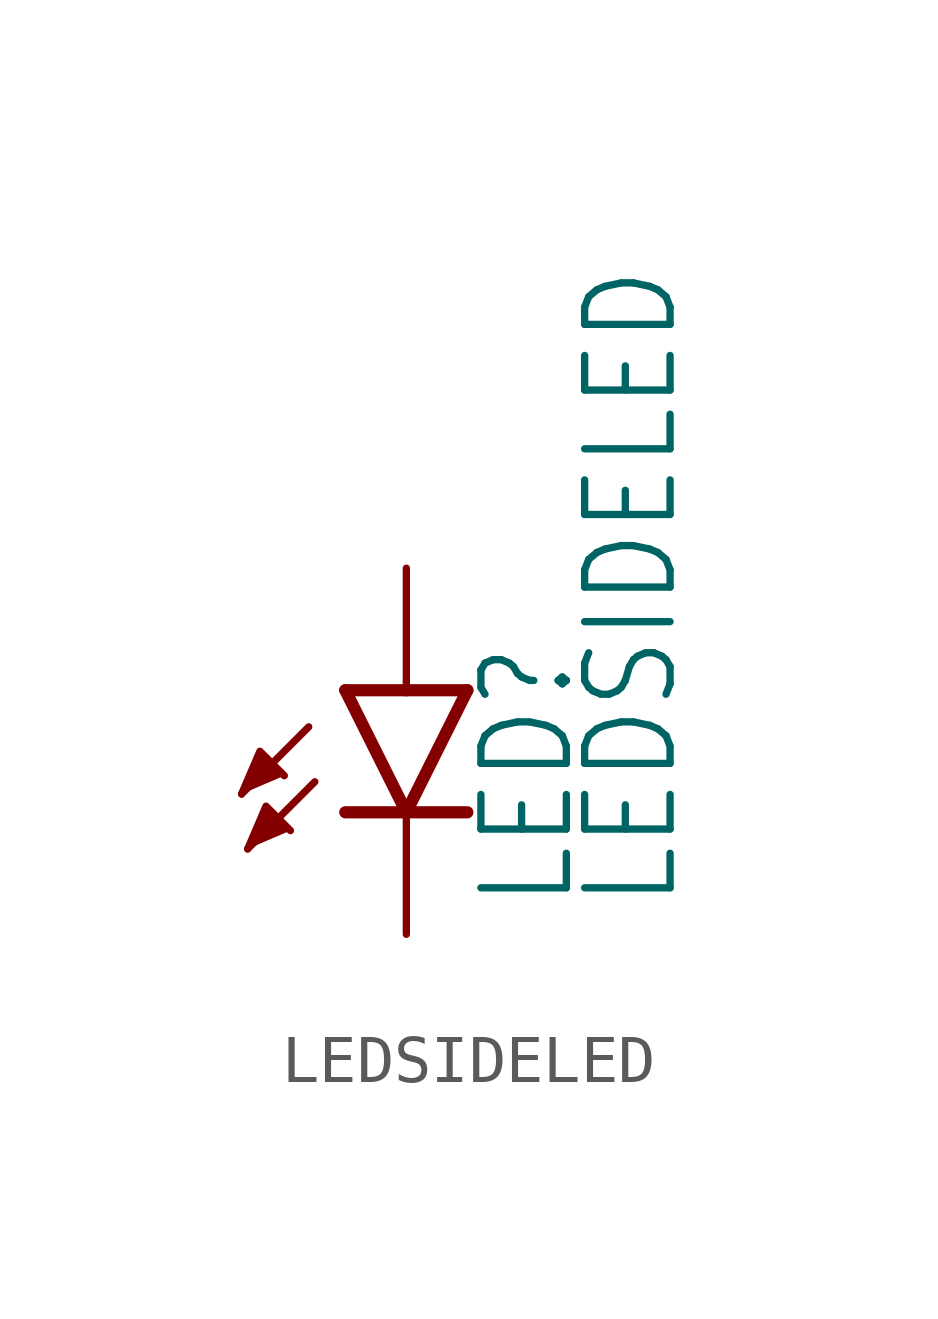
<source format=kicad_sym>
(kicad_symbol_lib
  (version 20211014)
  (generator kicad_symbol_editor)
  (symbol "LEDSIDELED"
    (property "Reference" "LED"
      (at 3.556 -4.572 90)
      (effects (font (size 1.778 1.511)) (justify left bottom)))
    (property "Value" "LEDSIDELED"
      (at 5.715 -4.572 90)
      (effects (font (size 1.778 1.511)) (justify left bottom)))
    (property "ki_locked" ""
      (at 0 0 0)
      (effects (font (size 1.27 1.27))))
    (symbol "LEDSIDELED_1_0"
      (polyline (pts (xy -2.032 -0.762) (xy -3.429 -2.159)) (stroke (width 0.152) (type default) (color 0 0 0 0)) (fill (type none)))
      (polyline (pts (xy -1.905 -1.905) (xy -3.302 -3.302)) (stroke (width 0.152) (type default) (color 0 0 0 0)) (fill (type none)))
      (polyline (pts (xy 0 -2.54) (xy -1.27 -2.54)) (stroke (width 0.254) (type default) (color 0 0 0 0)) (fill (type none)))
      (polyline (pts (xy 0 -2.54) (xy -1.27 0)) (stroke (width 0.254) (type default) (color 0 0 0 0)) (fill (type none)))
      (polyline (pts (xy 0 0) (xy -1.27 0)) (stroke (width 0.254) (type default) (color 0 0 0 0)) (fill (type none)))
      (polyline (pts (xy 1.27 -2.54) (xy 0 -2.54)) (stroke (width 0.254) (type default) (color 0 0 0 0)) (fill (type none)))
      (polyline (pts (xy 1.27 0) (xy 0 -2.54)) (stroke (width 0.254) (type default) (color 0 0 0 0)) (fill (type none)))
      (polyline (pts (xy 1.27 0) (xy 0 0)) (stroke (width 0.254) (type default) (color 0 0 0 0)) (fill (type none)))
      (polyline (pts (xy -3.429 -2.159) (xy -3.048 -1.27) (xy -2.54 -1.778)) (stroke (width 0) (type default) (color 0 0 0 0)) (fill (type outline)))
      (polyline (pts (xy -3.302 -3.302) (xy -2.921 -2.413) (xy -2.413 -2.921)) (stroke (width 0) (type default) (color 0 0 0 0)) (fill (type outline)))
      (pin passive line (at 0 2.54 270) (length 2.54) (name "A" (effects (font (size 0 0)))) (number "A" (effects (font (size 0 0)))))
      (pin passive line (at 0 -5.08 90) (length 2.54) (name "C" (effects (font (size 0 0)))) (number "C" (effects (font (size 0 0))))))))
</source>
